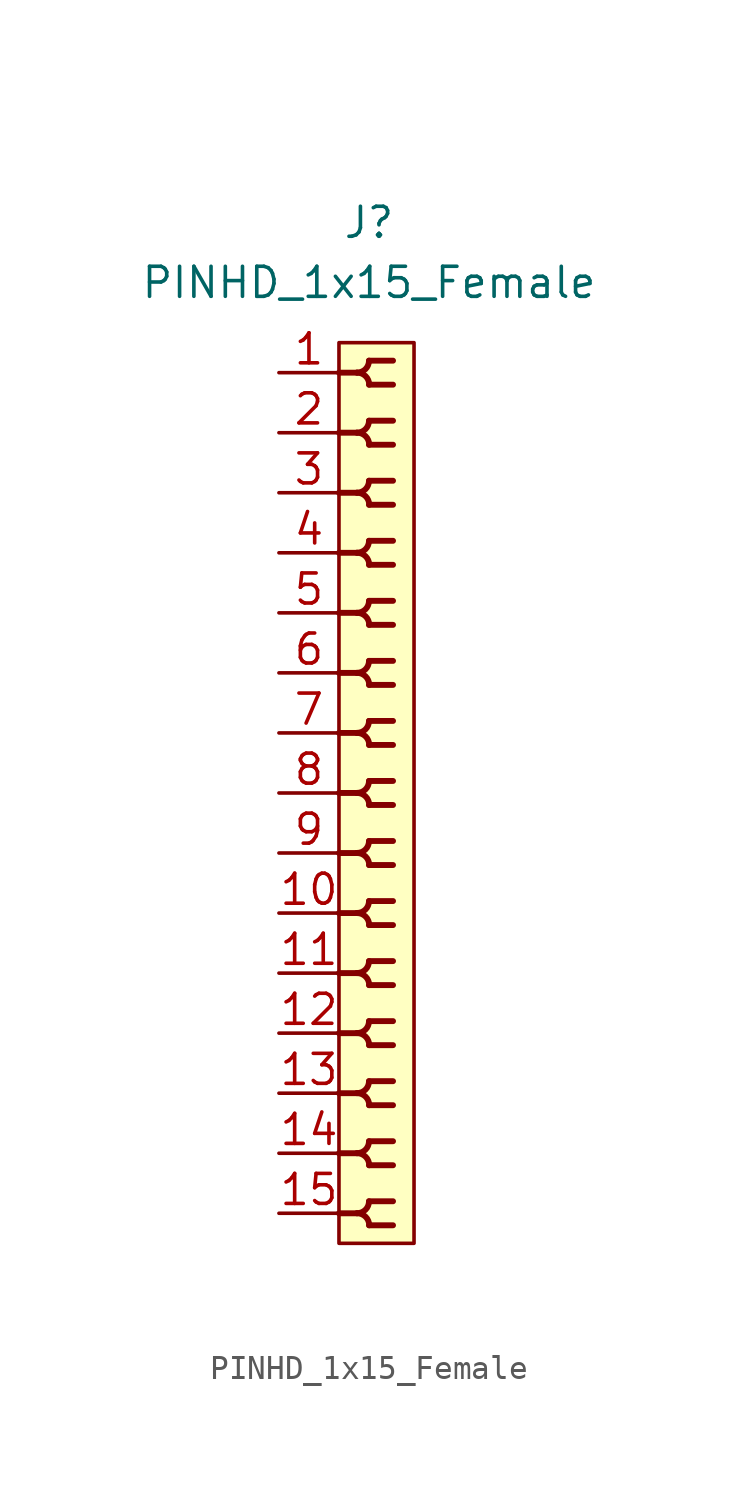
<source format=kicad_sym>
(kicad_symbol_lib
  (version 20211014)
  (generator kicad_symbol_editor)
  (symbol "PINHD_1x15_Female"
    (property "Reference" "J"
      (at 0 24.13 0)
      (effects (font (size 1.27 1.27))))
    (property "Value" "PINHD_1x15_Female"
      (at 0 21.59 0)
      (effects (font (size 1.27 1.27))))
    (symbol "PINHD_1x15_Female_0_1"
      (rectangle (start -1.27 19.05) (end 1.905 -19.05) (stroke (width 0) (type default) (color 0 0 0 0)) (fill (type background)))
      (arc (start -0.508 -17.78) (mid 0.3592 -18.1392) (end 0 -17.272) (stroke (width 0.25) (type default) (color 0 0 0 0)) (fill (type none)))
      (arc (start -0.508 -15.24) (mid 0.3592 -15.5992) (end 0 -14.732) (stroke (width 0.25) (type default) (color 0 0 0 0)) (fill (type none)))
      (arc (start -0.508 -12.7) (mid 0.3592 -13.0592) (end 0 -12.192) (stroke (width 0.25) (type default) (color 0 0 0 0)) (fill (type none)))
      (arc (start -0.508 -10.16) (mid 0.3592 -10.5192) (end 0 -9.652) (stroke (width 0.25) (type default) (color 0 0 0 0)) (fill (type none)))
      (arc (start -0.508 -7.62) (mid 0.3592 -7.9792) (end 0 -7.112) (stroke (width 0.25) (type default) (color 0 0 0 0)) (fill (type none)))
      (arc (start -0.508 -5.08) (mid 0.3592 -5.4392) (end 0 -4.572) (stroke (width 0.25) (type default) (color 0 0 0 0)) (fill (type none)))
      (arc (start -0.508 -2.54) (mid 0.3592 -2.8992) (end 0 -2.032) (stroke (width 0.25) (type default) (color 0 0 0 0)) (fill (type none)))
      (arc (start -0.508 0) (mid 0.3592 -0.3592) (end 0 0.508) (stroke (width 0.25) (type default) (color 0 0 0 0)) (fill (type none)))
      (arc (start -0.508 2.54) (mid 0.3592 2.1808) (end 0 3.048) (stroke (width 0.25) (type default) (color 0 0 0 0)) (fill (type none)))
      (arc (start -0.508 5.08) (mid 0.3592 4.7208) (end 0 5.588) (stroke (width 0.25) (type default) (color 0 0 0 0)) (fill (type none)))
      (arc (start -0.508 7.62) (mid 0.3592 7.2608) (end 0 8.128) (stroke (width 0.25) (type default) (color 0 0 0 0)) (fill (type none)))
      (arc (start -0.508 10.16) (mid 0.3592 9.8008) (end 0 10.668) (stroke (width 0.25) (type default) (color 0 0 0 0)) (fill (type none)))
      (arc (start -0.508 12.7) (mid 0.3592 12.3408) (end 0 13.208) (stroke (width 0.25) (type default) (color 0 0 0 0)) (fill (type none)))
      (arc (start -0.508 15.24) (mid 0.3592 14.8808) (end 0 15.748) (stroke (width 0.25) (type default) (color 0 0 0 0)) (fill (type none)))
      (arc (start -0.508 17.78) (mid 0.3592 17.4208) (end 0 18.288) (stroke (width 0.25) (type default) (color 0 0 0 0)) (fill (type none)))
      (arc (start 0 -18.288) (mid 0.3592 -17.4208) (end -0.508 -17.78) (stroke (width 0.25) (type default) (color 0 0 0 0)) (fill (type none)))
      (arc (start 0 -15.748) (mid 0.3592 -14.8808) (end -0.508 -15.24) (stroke (width 0.25) (type default) (color 0 0 0 0)) (fill (type none)))
      (arc (start 0 -13.208) (mid 0.3592 -12.3408) (end -0.508 -12.7) (stroke (width 0.25) (type default) (color 0 0 0 0)) (fill (type none)))
      (arc (start 0 -10.668) (mid 0.3592 -9.8008) (end -0.508 -10.16) (stroke (width 0.25) (type default) (color 0 0 0 0)) (fill (type none)))
      (arc (start 0 -8.128) (mid 0.3592 -7.2608) (end -0.508 -7.62) (stroke (width 0.25) (type default) (color 0 0 0 0)) (fill (type none)))
      (arc (start 0 -5.588) (mid 0.3592 -4.7208) (end -0.508 -5.08) (stroke (width 0.25) (type default) (color 0 0 0 0)) (fill (type none)))
      (arc (start 0 -3.048) (mid 0.3592 -2.1808) (end -0.508 -2.54) (stroke (width 0.25) (type default) (color 0 0 0 0)) (fill (type none)))
      (arc (start 0 -0.508) (mid 0.3592 0.3592) (end -0.508 0) (stroke (width 0.25) (type default) (color 0 0 0 0)) (fill (type none)))
      (polyline (pts (xy -1.27 -17.78) (xy -0.508 -17.78)) (stroke (width 0.25) (type default) (color 0 0 0 0)) (fill (type none)))
      (polyline (pts (xy -1.27 -15.24) (xy -0.508 -15.24)) (stroke (width 0.25) (type default) (color 0 0 0 0)) (fill (type none)))
      (polyline (pts (xy -1.27 -12.7) (xy -0.508 -12.7)) (stroke (width 0.25) (type default) (color 0 0 0 0)) (fill (type none)))
      (polyline (pts (xy -1.27 -10.16) (xy -0.508 -10.16)) (stroke (width 0.25) (type default) (color 0 0 0 0)) (fill (type none)))
      (polyline (pts (xy -1.27 -7.62) (xy -0.508 -7.62)) (stroke (width 0.25) (type default) (color 0 0 0 0)) (fill (type none)))
      (polyline (pts (xy -1.27 -5.08) (xy -0.508 -5.08)) (stroke (width 0.25) (type default) (color 0 0 0 0)) (fill (type none)))
      (polyline (pts (xy -1.27 -2.54) (xy -0.508 -2.54)) (stroke (width 0.25) (type default) (color 0 0 0 0)) (fill (type none)))
      (polyline (pts (xy -1.27 0) (xy -0.508 0)) (stroke (width 0.25) (type default) (color 0 0 0 0)) (fill (type none)))
      (polyline (pts (xy -1.27 2.54) (xy -0.508 2.54)) (stroke (width 0.25) (type default) (color 0 0 0 0)) (fill (type none)))
      (polyline (pts (xy -1.27 5.08) (xy -0.508 5.08)) (stroke (width 0.25) (type default) (color 0 0 0 0)) (fill (type none)))
      (polyline (pts (xy -1.27 7.62) (xy -0.508 7.62)) (stroke (width 0.25) (type default) (color 0 0 0 0)) (fill (type none)))
      (polyline (pts (xy -1.27 10.16) (xy -0.508 10.16)) (stroke (width 0.25) (type default) (color 0 0 0 0)) (fill (type none)))
      (polyline (pts (xy -1.27 12.7) (xy -0.508 12.7)) (stroke (width 0.25) (type default) (color 0 0 0 0)) (fill (type none)))
      (polyline (pts (xy -1.27 15.24) (xy -0.508 15.24)) (stroke (width 0.25) (type default) (color 0 0 0 0)) (fill (type none)))
      (polyline (pts (xy -1.27 17.78) (xy -0.508 17.78)) (stroke (width 0.25) (type default) (color 0 0 0 0)) (fill (type none)))
      (polyline (pts (xy 0 -18.288) (xy 1.016 -18.288)) (stroke (width 0.25) (type default) (color 0 0 0 0)) (fill (type none)))
      (polyline (pts (xy 0 -17.272) (xy 1.016 -17.272)) (stroke (width 0.25) (type default) (color 0 0 0 0)) (fill (type none)))
      (polyline (pts (xy 0 -15.748) (xy 1.016 -15.748)) (stroke (width 0.25) (type default) (color 0 0 0 0)) (fill (type none)))
      (polyline (pts (xy 0 -14.732) (xy 1.016 -14.732)) (stroke (width 0.25) (type default) (color 0 0 0 0)) (fill (type none)))
      (polyline (pts (xy 0 -13.208) (xy 1.016 -13.208)) (stroke (width 0.25) (type default) (color 0 0 0 0)) (fill (type none)))
      (polyline (pts (xy 0 -12.192) (xy 1.016 -12.192)) (stroke (width 0.25) (type default) (color 0 0 0 0)) (fill (type none)))
      (polyline (pts (xy 0 -10.668) (xy 1.016 -10.668)) (stroke (width 0.25) (type default) (color 0 0 0 0)) (fill (type none)))
      (polyline (pts (xy 0 -9.652) (xy 1.016 -9.652)) (stroke (width 0.25) (type default) (color 0 0 0 0)) (fill (type none)))
      (polyline (pts (xy 0 -8.128) (xy 1.016 -8.128)) (stroke (width 0.25) (type default) (color 0 0 0 0)) (fill (type none)))
      (polyline (pts (xy 0 -7.112) (xy 1.016 -7.112)) (stroke (width 0.25) (type default) (color 0 0 0 0)) (fill (type none)))
      (polyline (pts (xy 0 -5.588) (xy 1.016 -5.588)) (stroke (width 0.25) (type default) (color 0 0 0 0)) (fill (type none)))
      (polyline (pts (xy 0 -4.572) (xy 1.016 -4.572)) (stroke (width 0.25) (type default) (color 0 0 0 0)) (fill (type none)))
      (polyline (pts (xy 0 -3.048) (xy 1.016 -3.048)) (stroke (width 0.25) (type default) (color 0 0 0 0)) (fill (type none)))
      (polyline (pts (xy 0 -2.032) (xy 1.016 -2.032)) (stroke (width 0.25) (type default) (color 0 0 0 0)) (fill (type none)))
      (polyline (pts (xy 0 -0.508) (xy 1.016 -0.508)) (stroke (width 0.25) (type default) (color 0 0 0 0)) (fill (type none)))
      (polyline (pts (xy 0 0.508) (xy 1.016 0.508)) (stroke (width 0.25) (type default) (color 0 0 0 0)) (fill (type none)))
      (polyline (pts (xy 0 2.032) (xy 1.016 2.032)) (stroke (width 0.25) (type default) (color 0 0 0 0)) (fill (type none)))
      (polyline (pts (xy 0 3.048) (xy 1.016 3.048)) (stroke (width 0.25) (type default) (color 0 0 0 0)) (fill (type none)))
      (polyline (pts (xy 0 4.572) (xy 1.016 4.572)) (stroke (width 0.25) (type default) (color 0 0 0 0)) (fill (type none)))
      (polyline (pts (xy 0 5.588) (xy 1.016 5.588)) (stroke (width 0.25) (type default) (color 0 0 0 0)) (fill (type none)))
      (polyline (pts (xy 0 7.112) (xy 1.016 7.112)) (stroke (width 0.25) (type default) (color 0 0 0 0)) (fill (type none)))
      (polyline (pts (xy 0 8.128) (xy 1.016 8.128)) (stroke (width 0.25) (type default) (color 0 0 0 0)) (fill (type none)))
      (polyline (pts (xy 0 9.652) (xy 1.016 9.652)) (stroke (width 0.25) (type default) (color 0 0 0 0)) (fill (type none)))
      (polyline (pts (xy 0 10.668) (xy 1.016 10.668)) (stroke (width 0.25) (type default) (color 0 0 0 0)) (fill (type none)))
      (polyline (pts (xy 0 12.192) (xy 1.016 12.192)) (stroke (width 0.25) (type default) (color 0 0 0 0)) (fill (type none)))
      (polyline (pts (xy 0 13.208) (xy 1.016 13.208)) (stroke (width 0.25) (type default) (color 0 0 0 0)) (fill (type none)))
      (polyline (pts (xy 0 14.732) (xy 1.016 14.732)) (stroke (width 0.25) (type default) (color 0 0 0 0)) (fill (type none)))
      (polyline (pts (xy 0 15.748) (xy 1.016 15.748)) (stroke (width 0.25) (type default) (color 0 0 0 0)) (fill (type none)))
      (polyline (pts (xy 0 17.272) (xy 1.016 17.272)) (stroke (width 0.25) (type default) (color 0 0 0 0)) (fill (type none)))
      (polyline (pts (xy 0 18.288) (xy 1.016 18.288)) (stroke (width 0.25) (type default) (color 0 0 0 0)) (fill (type none)))
      (arc (start 0 2.032) (mid 0.3592 2.8992) (end -0.508 2.54) (stroke (width 0.25) (type default) (color 0 0 0 0)) (fill (type none)))
      (arc (start 0 4.572) (mid 0.3592 5.4392) (end -0.508 5.08) (stroke (width 0.25) (type default) (color 0 0 0 0)) (fill (type none)))
      (arc (start 0 7.112) (mid 0.3592 7.9792) (end -0.508 7.62) (stroke (width 0.25) (type default) (color 0 0 0 0)) (fill (type none)))
      (arc (start 0 9.652) (mid 0.3592 10.5192) (end -0.508 10.16) (stroke (width 0.25) (type default) (color 0 0 0 0)) (fill (type none)))
      (arc (start 0 12.192) (mid 0.3592 13.0592) (end -0.508 12.7) (stroke (width 0.25) (type default) (color 0 0 0 0)) (fill (type none)))
      (arc (start 0 14.732) (mid 0.3592 15.5992) (end -0.508 15.24) (stroke (width 0.25) (type default) (color 0 0 0 0)) (fill (type none)))
      (arc (start 0 17.272) (mid 0.3592 18.1392) (end -0.508 17.78) (stroke (width 0.25) (type default) (color 0 0 0 0)) (fill (type none))))
    (symbol "PINHD_1x15_Female_1_1"
      (pin passive line (at -3.81 17.78 0) (length 2.54) (name "" (effects (font (size 1.27 1.27)))) (number "1" (effects (font (size 1.27 1.27)))))
      (pin passive line (at -3.81 -5.08 0) (length 2.54) (name "" (effects (font (size 1.27 1.27)))) (number "10" (effects (font (size 1.27 1.27)))))
      (pin passive line (at -3.81 -7.62 0) (length 2.54) (name "" (effects (font (size 1.27 1.27)))) (number "11" (effects (font (size 1.27 1.27)))))
      (pin passive line (at -3.81 -10.16 0) (length 2.54) (name "" (effects (font (size 1.27 1.27)))) (number "12" (effects (font (size 1.27 1.27)))))
      (pin passive line (at -3.81 -12.7 0) (length 2.54) (name "" (effects (font (size 1.27 1.27)))) (number "13" (effects (font (size 1.27 1.27)))))
      (pin passive line (at -3.81 -15.24 0) (length 2.54) (name "" (effects (font (size 1.27 1.27)))) (number "14" (effects (font (size 1.27 1.27)))))
      (pin passive line (at -3.81 -17.78 0) (length 2.54) (name "" (effects (font (size 1.27 1.27)))) (number "15" (effects (font (size 1.27 1.27)))))
      (pin passive line (at -3.81 15.24 0) (length 2.54) (name "" (effects (font (size 1.27 1.27)))) (number "2" (effects (font (size 1.27 1.27)))))
      (pin passive line (at -3.81 12.7 0) (length 2.54) (name "" (effects (font (size 1.27 1.27)))) (number "3" (effects (font (size 1.27 1.27)))))
      (pin passive line (at -3.81 10.16 0) (length 2.54) (name "" (effects (font (size 1.27 1.27)))) (number "4" (effects (font (size 1.27 1.27)))))
      (pin passive line (at -3.81 7.62 0) (length 2.54) (name "" (effects (font (size 1.27 1.27)))) (number "5" (effects (font (size 1.27 1.27)))))
      (pin passive line (at -3.81 5.08 0) (length 2.54) (name "" (effects (font (size 1.27 1.27)))) (number "6" (effects (font (size 1.27 1.27)))))
      (pin passive line (at -3.81 2.54 0) (length 2.54) (name "" (effects (font (size 1.27 1.27)))) (number "7" (effects (font (size 1.27 1.27)))))
      (pin passive line (at -3.81 0 0) (length 2.54) (name "" (effects (font (size 1.27 1.27)))) (number "8" (effects (font (size 1.27 1.27)))))
      (pin passive line (at -3.81 -2.54 0) (length 2.54) (name "" (effects (font (size 1.27 1.27)))) (number "9" (effects (font (size 1.27 1.27))))))))
</source>
